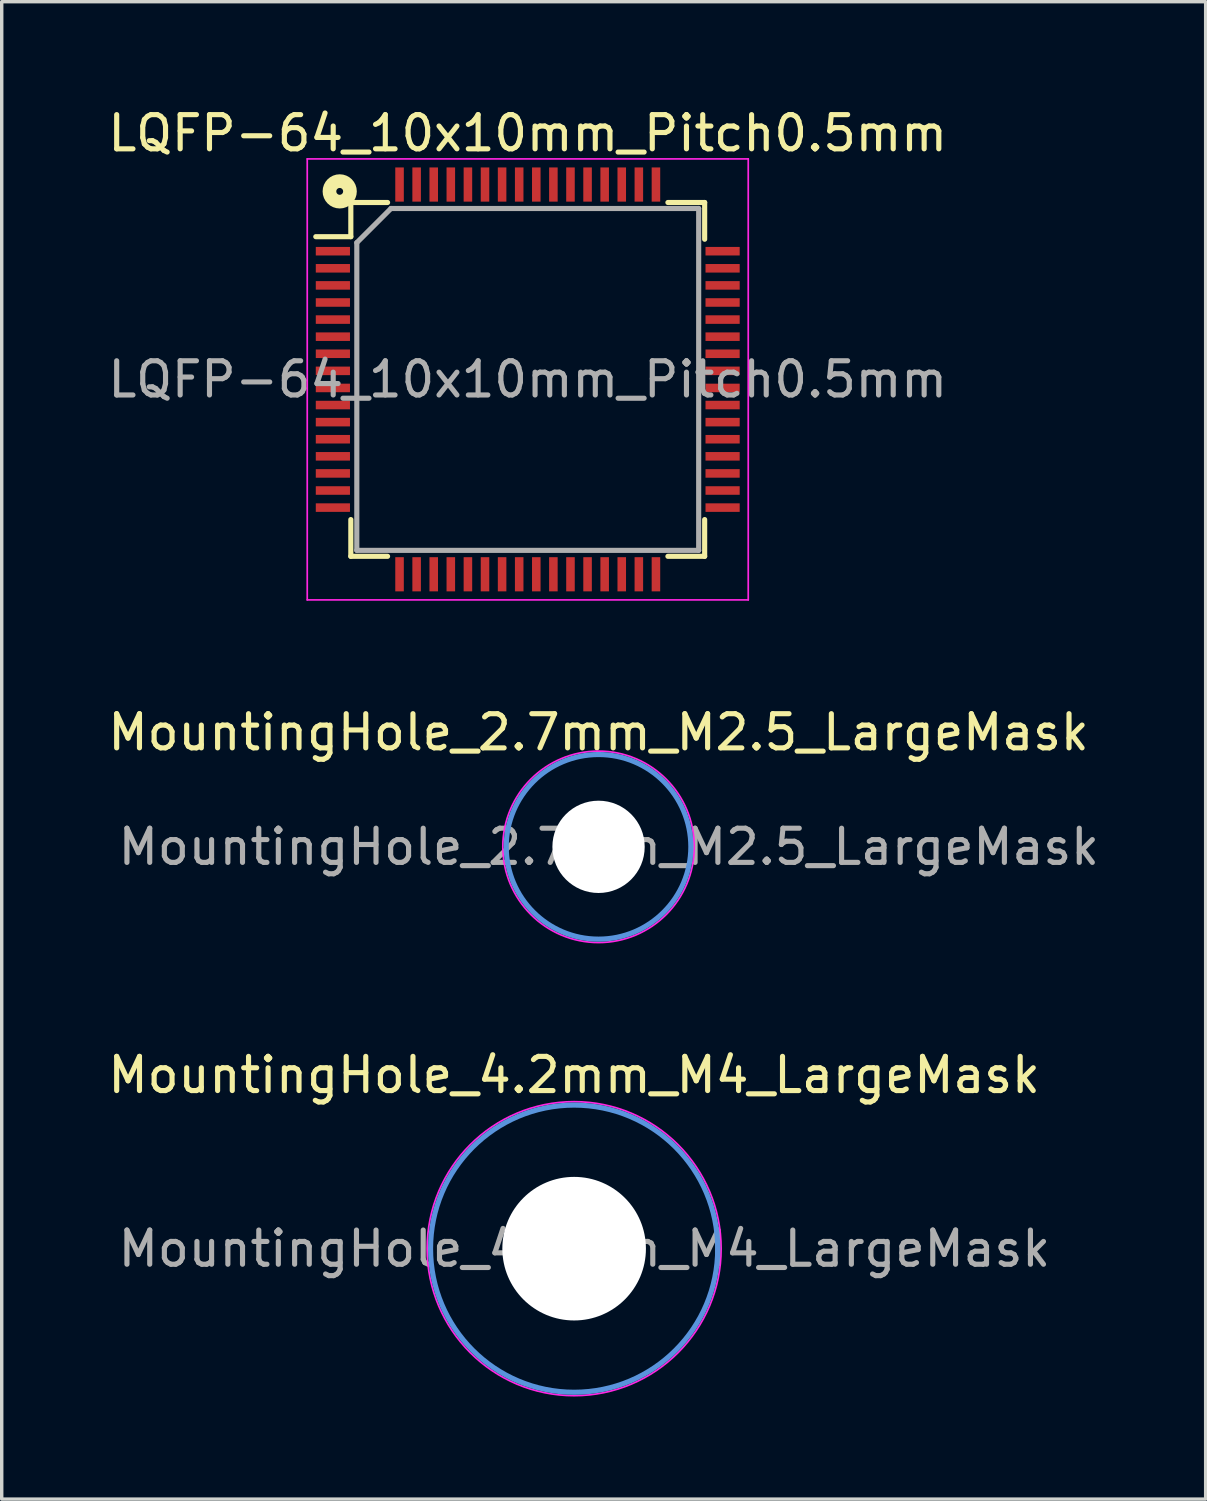
<source format=kicad_pcb>
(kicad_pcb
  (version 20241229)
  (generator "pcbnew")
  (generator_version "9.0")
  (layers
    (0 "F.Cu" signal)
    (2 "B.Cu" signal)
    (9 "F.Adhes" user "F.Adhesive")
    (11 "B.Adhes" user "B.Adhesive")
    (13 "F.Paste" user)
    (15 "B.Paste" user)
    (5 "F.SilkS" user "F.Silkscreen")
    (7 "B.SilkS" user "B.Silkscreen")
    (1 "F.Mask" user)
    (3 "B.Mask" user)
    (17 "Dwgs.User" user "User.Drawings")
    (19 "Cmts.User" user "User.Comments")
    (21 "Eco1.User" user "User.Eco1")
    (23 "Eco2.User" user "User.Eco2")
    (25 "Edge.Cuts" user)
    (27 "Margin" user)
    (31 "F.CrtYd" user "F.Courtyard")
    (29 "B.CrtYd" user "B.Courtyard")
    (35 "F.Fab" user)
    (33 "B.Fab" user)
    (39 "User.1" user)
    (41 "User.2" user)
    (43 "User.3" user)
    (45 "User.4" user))
  (footprint "LQFP-64_10x10mm_Pitch0.5mm"
    (layer "F.Cu")
    (at 12.387 8.048)
    (property "Reference" "LQFP-64_10x10mm_Pitch0.5mm" (at 0 -7.2 0) (layer "F.SilkS") (effects (font (size 1 1) (thickness 0.15))))
    (attr smd)
    (fp_line (start -5.175 -5.175) (end -5.175 -4.175) (stroke (width 0.15) (type solid)) (layer "F.SilkS"))
    (fp_line (start -5.175 -5.175) (end -4.1 -5.175) (stroke (width 0.15) (type solid)) (layer "F.SilkS"))
    (fp_line (start -5.175 -4.175) (end -6.2 -4.175) (stroke (width 0.15) (type solid)) (layer "F.SilkS"))
    (fp_line (start -5.175 5.175) (end -5.175 4.1) (stroke (width 0.15) (type solid)) (layer "F.SilkS"))
    (fp_line (start -5.175 5.175) (end -4.1 5.175) (stroke (width 0.15) (type solid)) (layer "F.SilkS"))
    (fp_line (start 5.175 -5.175) (end 4.1 -5.175) (stroke (width 0.15) (type solid)) (layer "F.SilkS"))
    (fp_line (start 5.175 -5.175) (end 5.175 -4.1) (stroke (width 0.15) (type solid)) (layer "F.SilkS"))
    (fp_line (start 5.175 5.175) (end 4.1 5.175) (stroke (width 0.15) (type solid)) (layer "F.SilkS"))
    (fp_line (start 5.175 5.175) (end 5.175 4.1) (stroke (width 0.15) (type solid)) (layer "F.SilkS"))
    (fp_circle (center -5.5 -5.5) (end -5.4 -5.5) (stroke (width 0.4) (type solid)) (fill no) (layer "F.SilkS"))
    (fp_line (start -6.45 -6.45) (end -6.45 6.45) (stroke (width 0.05) (type solid)) (layer "F.CrtYd"))
    (fp_line (start -6.45 -6.45) (end 6.45 -6.45) (stroke (width 0.05) (type solid)) (layer "F.CrtYd"))
    (fp_line (start -6.45 6.45) (end 6.45 6.45) (stroke (width 0.05) (type solid)) (layer "F.CrtYd"))
    (fp_line (start 6.45 -6.45) (end 6.45 6.45) (stroke (width 0.05) (type solid)) (layer "F.CrtYd"))
    (fp_line (start -5 -4) (end -4 -5) (stroke (width 0.15) (type solid)) (layer "F.Fab"))
    (fp_line (start -5 5) (end -5 -4) (stroke (width 0.15) (type solid)) (layer "F.Fab"))
    (fp_line (start -4 -5) (end 5 -5) (stroke (width 0.15) (type solid)) (layer "F.Fab"))
    (fp_line (start 5 -5) (end 5 5) (stroke (width 0.15) (type solid)) (layer "F.Fab"))
    (fp_line (start 5 5) (end -5 5) (stroke (width 0.15) (type solid)) (layer "F.Fab"))
    (fp_text user "${REFERENCE}" (at 0 0 0) (layer "F.Fab") (effects (font (size 1 1) (thickness 0.15))))
    (pad "1" smd rect (at -5.7 -3.75) (size 1 0.25) (layers "F.Cu" "F.Mask" "F.Paste"))
    (pad "2" smd rect (at -5.7 -3.25) (size 1 0.25) (layers "F.Cu" "F.Mask" "F.Paste"))
    (pad "3" smd rect (at -5.7 -2.75) (size 1 0.25) (layers "F.Cu" "F.Mask" "F.Paste"))
    (pad "4" smd rect (at -5.7 -2.25) (size 1 0.25) (layers "F.Cu" "F.Mask" "F.Paste"))
    (pad "5" smd rect (at -5.7 -1.75) (size 1 0.25) (layers "F.Cu" "F.Mask" "F.Paste"))
    (pad "6" smd rect (at -5.7 -1.25) (size 1 0.25) (layers "F.Cu" "F.Mask" "F.Paste"))
    (pad "7" smd rect (at -5.7 -0.75) (size 1 0.25) (layers "F.Cu" "F.Mask" "F.Paste"))
    (pad "8" smd rect (at -5.7 -0.25) (size 1 0.25) (layers "F.Cu" "F.Mask" "F.Paste"))
    (pad "9" smd rect (at -5.7 0.25) (size 1 0.25) (layers "F.Cu" "F.Mask" "F.Paste"))
    (pad "10" smd rect (at -5.7 0.75) (size 1 0.25) (layers "F.Cu" "F.Mask" "F.Paste"))
    (pad "11" smd rect (at -5.7 1.25) (size 1 0.25) (layers "F.Cu" "F.Mask" "F.Paste"))
    (pad "12" smd rect (at -5.7 1.75) (size 1 0.25) (layers "F.Cu" "F.Mask" "F.Paste"))
    (pad "13" smd rect (at -5.7 2.25) (size 1 0.25) (layers "F.Cu" "F.Mask" "F.Paste"))
    (pad "14" smd rect (at -5.7 2.75) (size 1 0.25) (layers "F.Cu" "F.Mask" "F.Paste"))
    (pad "15" smd rect (at -5.7 3.25) (size 1 0.25) (layers "F.Cu" "F.Mask" "F.Paste"))
    (pad "16" smd rect (at -5.7 3.75) (size 1 0.25) (layers "F.Cu" "F.Mask" "F.Paste"))
    (pad "17" smd rect (at -3.75 5.7 90) (size 1 0.25) (layers "F.Cu" "F.Mask" "F.Paste"))
    (pad "18" smd rect (at -3.25 5.7 90) (size 1 0.25) (layers "F.Cu" "F.Mask" "F.Paste"))
    (pad "19" smd rect (at -2.75 5.7 90) (size 1 0.25) (layers "F.Cu" "F.Mask" "F.Paste"))
    (pad "20" smd rect (at -2.25 5.7 90) (size 1 0.25) (layers "F.Cu" "F.Mask" "F.Paste"))
    (pad "21" smd rect (at -1.75 5.7 90) (size 1 0.25) (layers "F.Cu" "F.Mask" "F.Paste"))
    (pad "22" smd rect (at -1.25 5.7 90) (size 1 0.25) (layers "F.Cu" "F.Mask" "F.Paste"))
    (pad "23" smd rect (at -0.75 5.7 90) (size 1 0.25) (layers "F.Cu" "F.Mask" "F.Paste"))
    (pad "24" smd rect (at -0.25 5.7 90) (size 1 0.25) (layers "F.Cu" "F.Mask" "F.Paste"))
    (pad "25" smd rect (at 0.25 5.7 90) (size 1 0.25) (layers "F.Cu" "F.Mask" "F.Paste"))
    (pad "26" smd rect (at 0.75 5.7 90) (size 1 0.25) (layers "F.Cu" "F.Mask" "F.Paste"))
    (pad "27" smd rect (at 1.25 5.7 90) (size 1 0.25) (layers "F.Cu" "F.Mask" "F.Paste"))
    (pad "28" smd rect (at 1.75 5.7 90) (size 1 0.25) (layers "F.Cu" "F.Mask" "F.Paste"))
    (pad "29" smd rect (at 2.25 5.7 90) (size 1 0.25) (layers "F.Cu" "F.Mask" "F.Paste"))
    (pad "30" smd rect (at 2.75 5.7 90) (size 1 0.25) (layers "F.Cu" "F.Mask" "F.Paste"))
    (pad "31" smd rect (at 3.25 5.7 90) (size 1 0.25) (layers "F.Cu" "F.Mask" "F.Paste"))
    (pad "32" smd rect (at 3.75 5.7 90) (size 1 0.25) (layers "F.Cu" "F.Mask" "F.Paste"))
    (pad "33" smd rect (at 5.7 3.75) (size 1 0.25) (layers "F.Cu" "F.Mask" "F.Paste"))
    (pad "34" smd rect (at 5.7 3.25) (size 1 0.25) (layers "F.Cu" "F.Mask" "F.Paste"))
    (pad "35" smd rect (at 5.7 2.75) (size 1 0.25) (layers "F.Cu" "F.Mask" "F.Paste"))
    (pad "36" smd rect (at 5.7 2.25) (size 1 0.25) (layers "F.Cu" "F.Mask" "F.Paste"))
    (pad "37" smd rect (at 5.7 1.75) (size 1 0.25) (layers "F.Cu" "F.Mask" "F.Paste"))
    (pad "38" smd rect (at 5.7 1.25) (size 1 0.25) (layers "F.Cu" "F.Mask" "F.Paste"))
    (pad "39" smd rect (at 5.7 0.75) (size 1 0.25) (layers "F.Cu" "F.Mask" "F.Paste"))
    (pad "40" smd rect (at 5.7 0.25) (size 1 0.25) (layers "F.Cu" "F.Mask" "F.Paste"))
    (pad "41" smd rect (at 5.7 -0.25) (size 1 0.25) (layers "F.Cu" "F.Mask" "F.Paste"))
    (pad "42" smd rect (at 5.7 -0.75) (size 1 0.25) (layers "F.Cu" "F.Mask" "F.Paste"))
    (pad "43" smd rect (at 5.7 -1.25) (size 1 0.25) (layers "F.Cu" "F.Mask" "F.Paste"))
    (pad "44" smd rect (at 5.7 -1.75) (size 1 0.25) (layers "F.Cu" "F.Mask" "F.Paste"))
    (pad "45" smd rect (at 5.7 -2.25) (size 1 0.25) (layers "F.Cu" "F.Mask" "F.Paste"))
    (pad "46" smd rect (at 5.7 -2.75) (size 1 0.25) (layers "F.Cu" "F.Mask" "F.Paste"))
    (pad "47" smd rect (at 5.7 -3.25) (size 1 0.25) (layers "F.Cu" "F.Mask" "F.Paste"))
    (pad "48" smd rect (at 5.7 -3.75) (size 1 0.25) (layers "F.Cu" "F.Mask" "F.Paste"))
    (pad "49" smd rect (at 3.75 -5.7 90) (size 1 0.25) (layers "F.Cu" "F.Mask" "F.Paste"))
    (pad "50" smd rect (at 3.25 -5.7 90) (size 1 0.25) (layers "F.Cu" "F.Mask" "F.Paste"))
    (pad "51" smd rect (at 2.75 -5.7 90) (size 1 0.25) (layers "F.Cu" "F.Mask" "F.Paste"))
    (pad "52" smd rect (at 2.25 -5.7 90) (size 1 0.25) (layers "F.Cu" "F.Mask" "F.Paste"))
    (pad "53" smd rect (at 1.75 -5.7 90) (size 1 0.25) (layers "F.Cu" "F.Mask" "F.Paste"))
    (pad "54" smd rect (at 1.25 -5.7 90) (size 1 0.25) (layers "F.Cu" "F.Mask" "F.Paste"))
    (pad "55" smd rect (at 0.75 -5.7 90) (size 1 0.25) (layers "F.Cu" "F.Mask" "F.Paste"))
    (pad "56" smd rect (at 0.25 -5.7 90) (size 1 0.25) (layers "F.Cu" "F.Mask" "F.Paste"))
    (pad "57" smd rect (at -0.25 -5.7 90) (size 1 0.25) (layers "F.Cu" "F.Mask" "F.Paste"))
    (pad "58" smd rect (at -0.75 -5.7 90) (size 1 0.25) (layers "F.Cu" "F.Mask" "F.Paste"))
    (pad "59" smd rect (at -1.25 -5.7 90) (size 1 0.25) (layers "F.Cu" "F.Mask" "F.Paste"))
    (pad "60" smd rect (at -1.75 -5.7 90) (size 1 0.25) (layers "F.Cu" "F.Mask" "F.Paste"))
    (pad "61" smd rect (at -2.25 -5.7 90) (size 1 0.25) (layers "F.Cu" "F.Mask" "F.Paste"))
    (pad "62" smd rect (at -2.75 -5.7 90) (size 1 0.25) (layers "F.Cu" "F.Mask" "F.Paste"))
    (pad "63" smd rect (at -3.25 -5.7 90) (size 1 0.25) (layers "F.Cu" "F.Mask" "F.Paste"))
    (pad "64" smd rect (at -3.75 -5.7 90) (size 1 0.25) (layers "F.Cu" "F.Mask" "F.Paste")))
  (footprint "MountingHole_2.7mm_M2.5_LargeMask"
    (layer "F.Cu")
    (at 14.458 21.721)
    (property "Reference" "MountingHole_2.7mm_M2.5_LargeMask" (at 0 -3.35 0) (layer "F.SilkS") (effects (font (size 1 1) (thickness 0.15))))
    (attr exclude_from_pos_files exclude_from_bom)
    (fp_circle (center 0 0) (end 2.7 0) (stroke (width 0.15) (type solid)) (fill no) (layer "Cmts.User"))
    (fp_circle (center 0 0) (end 2.8 0) (stroke (width 0.05) (type solid)) (fill no) (layer "F.CrtYd"))
    (fp_text user "${REFERENCE}" (at 0.3 0 0) (layer "F.Fab") (effects (font (size 1 1) (thickness 0.15))))
    (pad "" np_thru_hole circle (at 0 0) (size 2.7 2.7) (drill 2.7) (layers "*.Cu" "*.Mask")))
  (footprint "MountingHole_4.2mm_M4_LargeMask"
    (layer "F.Cu")
    (at 13.744 33.475)
    (property "Reference" "MountingHole_4.2mm_M4_LargeMask" (at 0 -5.08 0) (layer "F.SilkS") (effects (font (size 1 1) (thickness 0.15))))
    (attr exclude_from_pos_files exclude_from_bom)
    (fp_circle (center 0 0) (end 4.2 0) (stroke (width 0.15) (type solid)) (fill no) (layer "Cmts.User"))
    (fp_circle (center 0 0) (end 4.3 0) (stroke (width 0.05) (type solid)) (fill no) (layer "F.CrtYd"))
    (fp_text user "${REFERENCE}" (at 0.3 0 0) (layer "F.Fab") (effects (font (size 1 1) (thickness 0.15))))
    (pad "" np_thru_hole circle (at 0 0) (size 4.2 4.2) (drill 4.2) (layers "*.Cu" "*.Mask")))
  (gr_rect
    (start -3 -3)
    (end 32.217 40.8)
    (stroke (width 0.1) (type default))
    (fill no)
    (layer "Edge.Cuts")))
</source>
